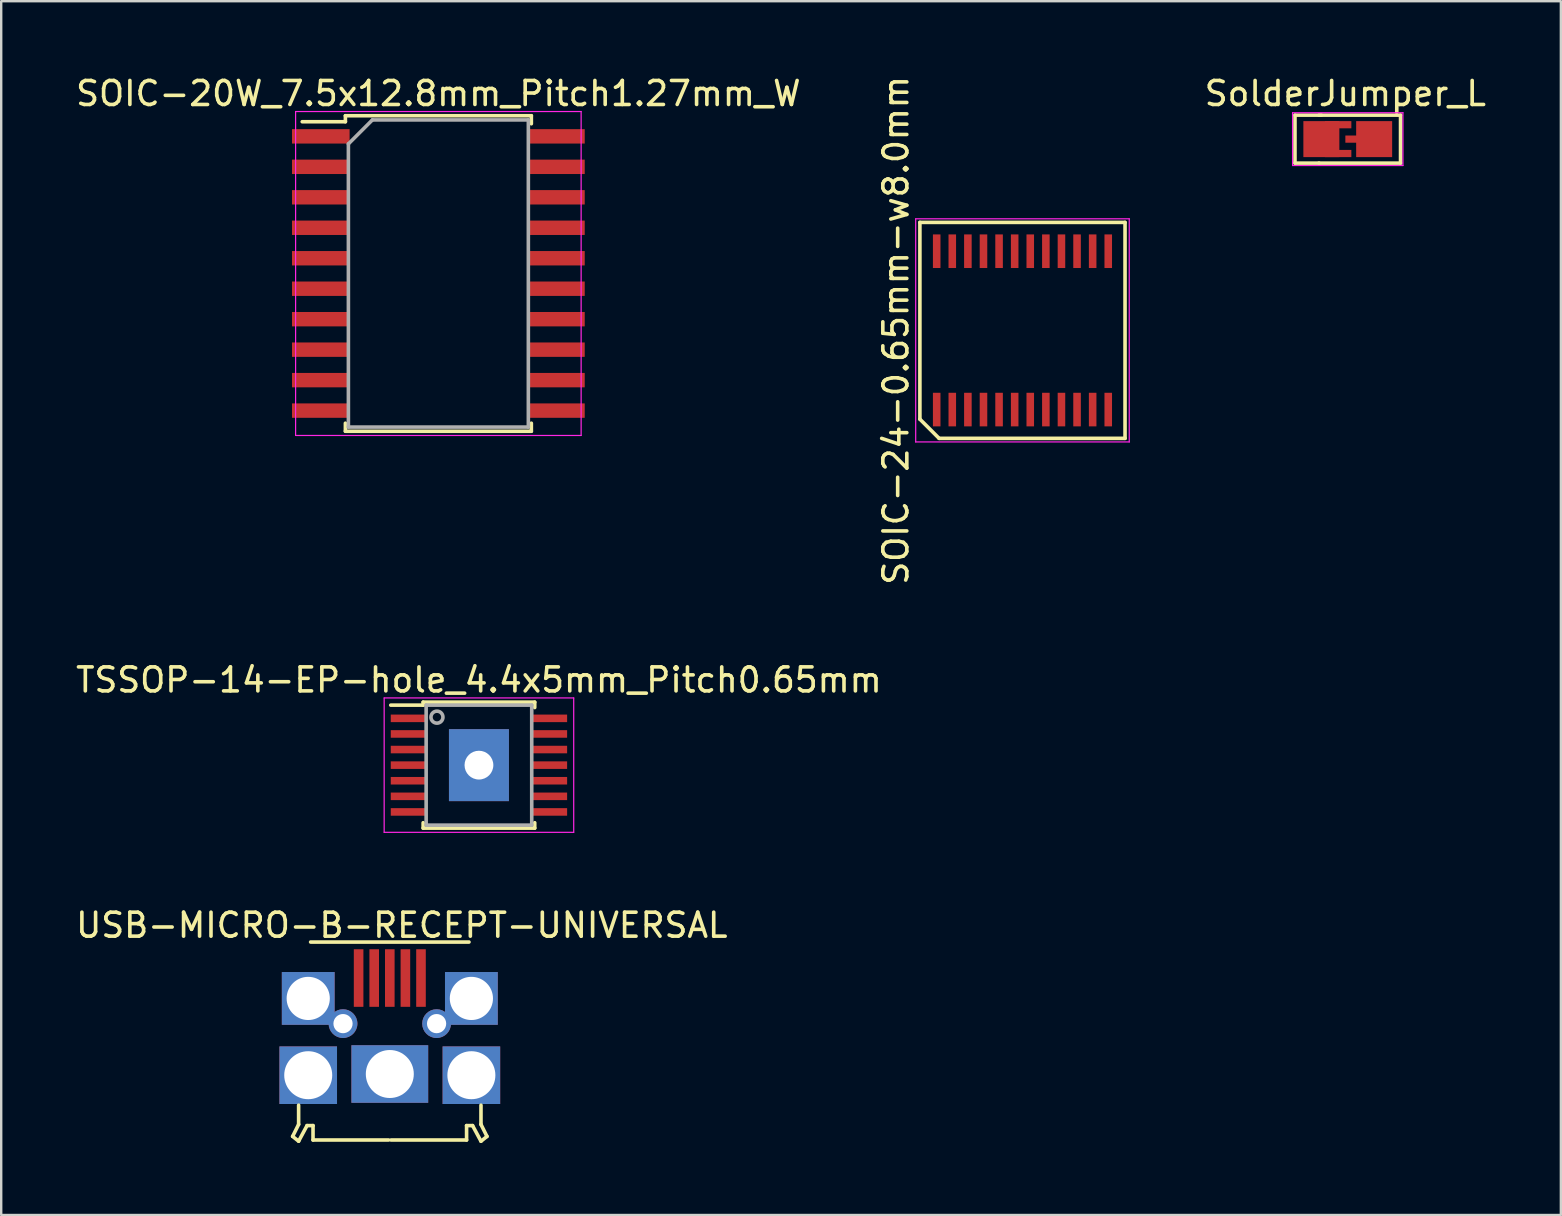
<source format=kicad_pcb>
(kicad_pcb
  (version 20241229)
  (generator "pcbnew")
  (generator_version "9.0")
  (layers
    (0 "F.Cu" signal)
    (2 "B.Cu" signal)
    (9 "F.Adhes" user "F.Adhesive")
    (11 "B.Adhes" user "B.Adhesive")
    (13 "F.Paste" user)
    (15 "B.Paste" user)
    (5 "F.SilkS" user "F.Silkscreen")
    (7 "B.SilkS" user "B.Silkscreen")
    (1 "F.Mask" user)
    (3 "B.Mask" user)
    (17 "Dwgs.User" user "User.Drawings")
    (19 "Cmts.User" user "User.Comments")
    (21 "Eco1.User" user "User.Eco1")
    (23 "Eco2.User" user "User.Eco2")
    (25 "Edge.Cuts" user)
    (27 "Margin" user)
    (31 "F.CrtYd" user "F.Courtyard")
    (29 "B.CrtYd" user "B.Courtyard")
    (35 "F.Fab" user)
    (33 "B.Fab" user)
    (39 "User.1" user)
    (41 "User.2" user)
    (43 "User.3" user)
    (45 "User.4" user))
  (footprint "SOIC-24-0.65mm-w8.0mm"
    (layer "F.Cu")
    (at 39.564 10.72)
    (property "Reference" "SOIC-24-0.65mm-w8.0mm" (at -5.275 0 90) (layer "F.SilkS") (effects (font (size 1 1) (thickness 0.15))))
    (attr smd)
    (fp_line (start -4.275 -4.5) (end 4.275 -4.5) (stroke (width 0.15) (type solid)) (layer "F.SilkS"))
    (fp_line (start -4.275 3.7) (end -4.275 -4.5) (stroke (width 0.15) (type solid)) (layer "F.SilkS"))
    (fp_line (start -3.475 4.5) (end -4.275 3.7) (stroke (width 0.15) (type solid)) (layer "F.SilkS"))
    (fp_line (start 4.275 -4.5) (end 4.275 4.5) (stroke (width 0.15) (type solid)) (layer "F.SilkS"))
    (fp_line (start 4.275 4.5) (end -3.475 4.5) (stroke (width 0.15) (type solid)) (layer "F.SilkS"))
    (fp_line (start -4.45 -4.65) (end 4.45 -4.65) (stroke (width 0.05) (type solid)) (layer "F.CrtYd"))
    (fp_line (start -4.45 4.65) (end -4.45 -4.65) (stroke (width 0.05) (type solid)) (layer "F.CrtYd"))
    (fp_line (start 4.45 -4.65) (end 4.45 4.65) (stroke (width 0.05) (type solid)) (layer "F.CrtYd"))
    (fp_line (start 4.45 4.65) (end -4.45 4.65) (stroke (width 0.05) (type solid)) (layer "F.CrtYd"))
    (pad "1" smd rect (at -3.575 3.3) (size 0.315 1.4) (layers "F.Cu" "F.Mask" "F.Paste"))
    (pad "2" smd rect (at -2.925 3.3) (size 0.315 1.4) (layers "F.Cu" "F.Mask" "F.Paste"))
    (pad "3" smd rect (at -2.275 3.3) (size 0.315 1.4) (layers "F.Cu" "F.Mask" "F.Paste"))
    (pad "4" smd rect (at -1.625 3.3) (size 0.315 1.4) (layers "F.Cu" "F.Mask" "F.Paste"))
    (pad "5" smd rect (at -0.975 3.3) (size 0.315 1.4) (layers "F.Cu" "F.Mask" "F.Paste"))
    (pad "6" smd rect (at -0.325 3.3) (size 0.315 1.4) (layers "F.Cu" "F.Mask" "F.Paste"))
    (pad "7" smd rect (at 0.325 3.3) (size 0.315 1.4) (layers "F.Cu" "F.Mask" "F.Paste"))
    (pad "8" smd rect (at 0.975 3.3) (size 0.315 1.4) (layers "F.Cu" "F.Mask" "F.Paste"))
    (pad "9" smd rect (at 1.625 3.3) (size 0.315 1.4) (layers "F.Cu" "F.Mask" "F.Paste"))
    (pad "10" smd rect (at 2.275 3.3) (size 0.315 1.4) (layers "F.Cu" "F.Mask" "F.Paste"))
    (pad "11" smd rect (at 2.925 3.3) (size 0.315 1.4) (layers "F.Cu" "F.Mask" "F.Paste"))
    (pad "12" smd rect (at 3.575 3.3) (size 0.315 1.4) (layers "F.Cu" "F.Mask" "F.Paste"))
    (pad "13" smd rect (at 3.575 -3.3) (size 0.315 1.4) (layers "F.Cu" "F.Mask" "F.Paste"))
    (pad "14" smd rect (at 2.925 -3.3) (size 0.315 1.4) (layers "F.Cu" "F.Mask" "F.Paste"))
    (pad "15" smd rect (at 2.275 -3.3) (size 0.315 1.4) (layers "F.Cu" "F.Mask" "F.Paste"))
    (pad "16" smd rect (at 1.625 -3.3) (size 0.315 1.4) (layers "F.Cu" "F.Mask" "F.Paste"))
    (pad "17" smd rect (at 0.975 -3.3) (size 0.315 1.4) (layers "F.Cu" "F.Mask" "F.Paste"))
    (pad "18" smd rect (at 0.325 -3.3) (size 0.315 1.4) (layers "F.Cu" "F.Mask" "F.Paste"))
    (pad "19" smd rect (at -0.325 -3.3) (size 0.315 1.4) (layers "F.Cu" "F.Mask" "F.Paste"))
    (pad "20" smd rect (at -0.975 -3.3) (size 0.315 1.4) (layers "F.Cu" "F.Mask" "F.Paste"))
    (pad "21" smd rect (at -1.625 -3.3) (size 0.315 1.4) (layers "F.Cu" "F.Mask" "F.Paste"))
    (pad "22" smd rect (at -2.275 -3.3) (size 0.315 1.4) (layers "F.Cu" "F.Mask" "F.Paste"))
    (pad "23" smd rect (at -2.925 -3.3) (size 0.315 1.4) (layers "F.Cu" "F.Mask" "F.Paste"))
    (pad "24" smd rect (at -3.575 -3.3) (size 0.315 1.4) (layers "F.Cu" "F.Mask" "F.Paste")))
  (footprint "SolderJumper_L"
    (layer "F.Cu")
    (at 53.021 2.748)
    (property "Reference" "SolderJumper_L" (at 0 -1.9 0) (layer "F.SilkS") (effects (font (size 1 1) (thickness 0.15))))
    (attr smd)
    (fp_line (start -2.1 -1) (end -1 -1) (stroke (width 0.15) (type solid)) (layer "F.SilkS"))
    (fp_line (start -2.1 1) (end -2.1 -1) (stroke (width 0.15) (type solid)) (layer "F.SilkS"))
    (fp_line (start -1.1 -1) (end 2.3 -1) (stroke (width 0.15) (type solid)) (layer "F.SilkS"))
    (fp_line (start -1.1 1) (end -2.1 1) (stroke (width 0.15) (type solid)) (layer "F.SilkS"))
    (fp_line (start 2.3 -1) (end 2.3 1) (stroke (width 0.15) (type solid)) (layer "F.SilkS"))
    (fp_line (start 2.3 1) (end -1.1 1) (stroke (width 0.15) (type solid)) (layer "F.SilkS"))
    (fp_line (start -2.2 -1.1) (end -2.2 1.1) (stroke (width 0.05) (type solid)) (layer "F.CrtYd"))
    (fp_line (start -2.2 -1.1) (end 2.4 -1.1) (stroke (width 0.05) (type solid)) (layer "F.CrtYd"))
    (fp_line (start -2.2 1.1) (end 2.4 1.1) (stroke (width 0.05) (type solid)) (layer "F.CrtYd"))
    (fp_line (start 2.4 -1.1) (end 2.4 1.1) (stroke (width 0.05) (type solid)) (layer "F.CrtYd"))
    (pad "1" smd rect (at -1 0) (size 1.5 1.5) (layers "F.Cu" "F.Mask" "F.Paste"))
    (pad "1" smd rect (at -0.3 -0.6) (size 1.1 0.3) (layers "F.Cu" "F.Mask" "F.Paste"))
    (pad "1" smd rect (at -0.3 0.6) (size 1.1 0.3) (layers "F.Cu" "F.Mask" "F.Paste"))
    (pad "2" smd rect (at 0.3 0) (size 0.6 0.3) (layers "F.Cu" "F.Mask" "F.Paste"))
    (pad "2" smd rect (at 1.2 0) (size 1.5 1.5) (layers "F.Cu" "F.Mask" "F.Paste")))
  (footprint "USB-MICRO-B-RECEPT-UNIVERSAL"
    (layer "F.Cu")
    (at 13.196 41.712)
    (property "Reference" "USB-MICRO-B-RECEPT-UNIVERSAL" (at 0.5 -6.2 0) (layer "F.SilkS") (effects (font (size 1 1) (thickness 0.15))))
    (attr through_hole)
    (fp_line (start -4.05 2.6) (end -3.8 2.8) (stroke (width 0.15) (type solid)) (layer "F.SilkS"))
    (fp_line (start -3.8 1.3) (end -3.8 2.1) (stroke (width 0.15) (type solid)) (layer "F.SilkS"))
    (fp_line (start -3.8 2.1) (end -4.05 2.6) (stroke (width 0.15) (type solid)) (layer "F.SilkS"))
    (fp_line (start -3.8 2.8) (end -3.45 2.15) (stroke (width 0.15) (type solid)) (layer "F.SilkS"))
    (fp_line (start -3.45 2.15) (end -3.2 2.15) (stroke (width 0.15) (type solid)) (layer "F.SilkS"))
    (fp_line (start -3.2 2.15) (end -3.2 2.75) (stroke (width 0.15) (type solid)) (layer "F.SilkS"))
    (fp_line (start -3.2 2.75) (end -0.05 2.75) (stroke (width 0.15) (type solid)) (layer "F.SilkS"))
    (fp_line (start 3.2 2.151) (end 3.2 2.751) (stroke (width 0.15) (type solid)) (layer "F.SilkS"))
    (fp_line (start 3.2 2.751) (end 0.05 2.751) (stroke (width 0.15) (type solid)) (layer "F.SilkS"))
    (fp_line (start 3.3 -5.5) (end -3.3 -5.5) (stroke (width 0.15) (type solid)) (layer "F.SilkS"))
    (fp_line (start 3.45 2.151) (end 3.2 2.151) (stroke (width 0.15) (type solid)) (layer "F.SilkS"))
    (fp_line (start 3.8 1.301) (end 3.8 2.101) (stroke (width 0.15) (type solid)) (layer "F.SilkS"))
    (fp_line (start 3.8 2.101) (end 4.05 2.601) (stroke (width 0.15) (type solid)) (layer "F.SilkS"))
    (fp_line (start 3.8 2.801) (end 3.45 2.151) (stroke (width 0.15) (type solid)) (layer "F.SilkS"))
    (fp_line (start 4.05 2.601) (end 3.8 2.801) (stroke (width 0.15) (type solid)) (layer "F.SilkS"))
    (pad "1" smd rect (at -1.3 -4) (size 0.4 2.4) (layers "F.Cu" "F.Mask" "F.Paste"))
    (pad "2" smd rect (at -0.65 -4) (size 0.4 2.4) (layers "F.Cu" "F.Mask" "F.Paste"))
    (pad "3" smd rect (at 0 -4) (size 0.4 2.4) (layers "F.Cu" "F.Mask" "F.Paste"))
    (pad "4" smd rect (at 0.65 -4) (size 0.4 2.4) (layers "F.Cu" "F.Mask" "F.Paste"))
    (pad "5" smd rect (at 1.3 -4) (size 0.4 2.4) (layers "F.Cu" "F.Mask" "F.Paste"))
    (pad "6" thru_hole rect (at -3.4 -3.15) (size 2.2 2.2) (drill 1.8) (layers "*.Cu" "*.Mask"))
    (pad "6" thru_hole rect (at -3.4 0.05) (size 2.4 2.4) (drill 2) (layers "*.Cu" "*.Mask"))
    (pad "6" thru_hole circle (at -1.95 -2.1) (size 1.2 1.2) (drill 0.8) (layers "*.Cu" "*.Mask"))
    (pad "6" thru_hole rect (at 0 0) (size 3.2 2.4) (drill 2) (layers "*.Cu" "*.Mask"))
    (pad "6" thru_hole circle (at 1.95 -2.1) (size 1.2 1.2) (drill 0.8) (layers "*.Cu" "*.Mask"))
    (pad "6" thru_hole rect (at 3.4 -3.15) (size 2.2 2.2) (drill 1.8) (layers "*.Cu" "*.Mask"))
    (pad "6" thru_hole rect (at 3.4 0.05) (size 2.4 2.4) (drill 2) (layers "*.Cu" "*.Mask")))
  (footprint "TSSOP-14-EP-hole_4.4x5mm_Pitch0.65mm"
    (layer "F.Cu")
    (at 16.911 28.839)
    (property "Reference" "TSSOP-14-EP-hole_4.4x5mm_Pitch0.65mm" (at 0 -3.55 0) (layer "F.SilkS") (effects (font (size 1 1) (thickness 0.15))))
    (attr smd)
    (fp_line (start -2.325 -2.625) (end -2.325 -2.5) (stroke (width 0.15) (type solid)) (layer "F.SilkS"))
    (fp_line (start -2.325 -2.625) (end 2.325 -2.625) (stroke (width 0.15) (type solid)) (layer "F.SilkS"))
    (fp_line (start -2.325 -2.5) (end -3.675 -2.5) (stroke (width 0.15) (type solid)) (layer "F.SilkS"))
    (fp_line (start -2.325 2.625) (end -2.325 2.4) (stroke (width 0.15) (type solid)) (layer "F.SilkS"))
    (fp_line (start -2.325 2.625) (end 2.325 2.625) (stroke (width 0.15) (type solid)) (layer "F.SilkS"))
    (fp_line (start 2.325 -2.625) (end 2.325 -2.4) (stroke (width 0.15) (type solid)) (layer "F.SilkS"))
    (fp_line (start 2.325 2.625) (end 2.325 2.4) (stroke (width 0.15) (type solid)) (layer "F.SilkS"))
    (fp_line (start -3.95 -2.8) (end -3.95 2.8) (stroke (width 0.05) (type solid)) (layer "F.CrtYd"))
    (fp_line (start -3.95 -2.8) (end 3.95 -2.8) (stroke (width 0.05) (type solid)) (layer "F.CrtYd"))
    (fp_line (start -3.95 2.8) (end 3.95 2.8) (stroke (width 0.05) (type solid)) (layer "F.CrtYd"))
    (fp_line (start 3.95 -2.8) (end 3.95 2.8) (stroke (width 0.05) (type solid)) (layer "F.CrtYd"))
    (fp_line (start -2.2 -2.5) (end 2.2 -2.5) (stroke (width 0.15) (type solid)) (layer "F.Fab"))
    (fp_line (start -2.2 2.5) (end -2.2 -2.5) (stroke (width 0.15) (type solid)) (layer "F.Fab"))
    (fp_line (start 2.2 -2.5) (end 2.2 2.5) (stroke (width 0.15) (type solid)) (layer "F.Fab"))
    (fp_line (start 2.2 2.5) (end -2.2 2.5) (stroke (width 0.15) (type solid)) (layer "F.Fab"))
    (fp_circle (center -1.75 -2) (end -2 -2) (stroke (width 0.15) (type solid)) (fill no) (layer "F.Fab"))
    (pad "1" smd rect (at -2.95 -1.95) (size 1.45 0.315) (layers "F.Cu" "F.Mask" "F.Paste"))
    (pad "2" smd rect (at -2.95 -1.3) (size 1.45 0.315) (layers "F.Cu" "F.Mask" "F.Paste"))
    (pad "3" smd rect (at -2.95 -0.65) (size 1.45 0.315) (layers "F.Cu" "F.Mask" "F.Paste"))
    (pad "4" smd rect (at -2.95 0) (size 1.45 0.315) (layers "F.Cu" "F.Mask" "F.Paste"))
    (pad "5" smd rect (at -2.95 0.65) (size 1.45 0.315) (layers "F.Cu" "F.Mask" "F.Paste"))
    (pad "6" smd rect (at -2.95 1.3) (size 1.45 0.315) (layers "F.Cu" "F.Mask" "F.Paste"))
    (pad "7" smd rect (at -2.95 1.95) (size 1.45 0.315) (layers "F.Cu" "F.Mask" "F.Paste"))
    (pad "8" smd rect (at 2.95 1.95) (size 1.45 0.315) (layers "F.Cu" "F.Mask" "F.Paste"))
    (pad "9" smd rect (at 2.95 1.3) (size 1.45 0.315) (layers "F.Cu" "F.Mask" "F.Paste"))
    (pad "10" smd rect (at 2.95 0.65) (size 1.45 0.315) (layers "F.Cu" "F.Mask" "F.Paste"))
    (pad "11" smd rect (at 2.95 0) (size 1.45 0.315) (layers "F.Cu" "F.Mask" "F.Paste"))
    (pad "12" smd rect (at 2.95 -0.65) (size 1.45 0.315) (layers "F.Cu" "F.Mask" "F.Paste"))
    (pad "13" smd rect (at 2.95 -1.3) (size 1.45 0.315) (layers "F.Cu" "F.Mask" "F.Paste"))
    (pad "14" smd rect (at 2.95 -1.95) (size 1.45 0.315) (layers "F.Cu" "F.Mask" "F.Paste"))
    (pad "15" thru_hole rect (at 0 0) (size 2.5 3) (drill 1.2) (layers "*.Cu" "*.Mask")))
  (footprint "SOIC-20W_7.5x12.8mm_Pitch1.27mm_W"
    (layer "F.Cu")
    (at 15.22 8.348)
    (property "Reference" "SOIC-20W_7.5x12.8mm_Pitch1.27mm_W" (at 0 -7.5 0) (layer "F.SilkS") (effects (font (size 1 1) (thickness 0.15))))
    (attr smd)
    (fp_line (start -3.875 -6.575) (end -3.875 -6.325) (stroke (width 0.15) (type solid)) (layer "F.SilkS"))
    (fp_line (start -3.875 -6.575) (end 3.875 -6.575) (stroke (width 0.15) (type solid)) (layer "F.SilkS"))
    (fp_line (start -3.875 -6.325) (end -5.675 -6.325) (stroke (width 0.15) (type solid)) (layer "F.SilkS"))
    (fp_line (start -3.875 6.575) (end -3.875 6.24) (stroke (width 0.15) (type solid)) (layer "F.SilkS"))
    (fp_line (start -3.875 6.575) (end 3.875 6.575) (stroke (width 0.15) (type solid)) (layer "F.SilkS"))
    (fp_line (start 3.875 -6.575) (end 3.875 -6.24) (stroke (width 0.15) (type solid)) (layer "F.SilkS"))
    (fp_line (start 3.875 6.575) (end 3.875 6.24) (stroke (width 0.15) (type solid)) (layer "F.SilkS"))
    (fp_line (start -5.95 -6.75) (end -5.95 6.75) (stroke (width 0.05) (type solid)) (layer "F.CrtYd"))
    (fp_line (start -5.95 -6.75) (end 5.95 -6.75) (stroke (width 0.05) (type solid)) (layer "F.CrtYd"))
    (fp_line (start -5.95 6.75) (end 5.95 6.75) (stroke (width 0.05) (type solid)) (layer "F.CrtYd"))
    (fp_line (start 5.95 -6.75) (end 5.95 6.75) (stroke (width 0.05) (type solid)) (layer "F.CrtYd"))
    (fp_line (start -3.75 -5.4) (end -2.75 -6.4) (stroke (width 0.15) (type solid)) (layer "F.Fab"))
    (fp_line (start -3.75 6.4) (end -3.75 -5.4) (stroke (width 0.15) (type solid)) (layer "F.Fab"))
    (fp_line (start -2.75 -6.4) (end 3.75 -6.4) (stroke (width 0.15) (type solid)) (layer "F.Fab"))
    (fp_line (start 3.75 -6.4) (end 3.75 6.4) (stroke (width 0.15) (type solid)) (layer "F.Fab"))
    (fp_line (start 3.75 6.4) (end -3.75 6.4) (stroke (width 0.15) (type solid)) (layer "F.Fab"))
    (pad "1" smd rect (at -4.9 -5.715) (size 2.4 0.6) (layers "F.Cu" "F.Mask" "F.Paste"))
    (pad "2" smd rect (at -4.9 -4.445) (size 2.4 0.6) (layers "F.Cu" "F.Mask" "F.Paste"))
    (pad "3" smd rect (at -4.9 -3.175) (size 2.4 0.6) (layers "F.Cu" "F.Mask" "F.Paste"))
    (pad "4" smd rect (at -4.9 -1.905) (size 2.4 0.6) (layers "F.Cu" "F.Mask" "F.Paste"))
    (pad "5" smd rect (at -4.9 -0.635) (size 2.4 0.6) (layers "F.Cu" "F.Mask" "F.Paste"))
    (pad "6" smd rect (at -4.9 0.635) (size 2.4 0.6) (layers "F.Cu" "F.Mask" "F.Paste"))
    (pad "7" smd rect (at -4.9 1.905) (size 2.4 0.6) (layers "F.Cu" "F.Mask" "F.Paste"))
    (pad "8" smd rect (at -4.9 3.175) (size 2.4 0.6) (layers "F.Cu" "F.Mask" "F.Paste"))
    (pad "9" smd rect (at -4.9 4.445) (size 2.4 0.6) (layers "F.Cu" "F.Mask" "F.Paste"))
    (pad "10" smd rect (at -4.9 5.715) (size 2.4 0.6) (layers "F.Cu" "F.Mask" "F.Paste"))
    (pad "11" smd rect (at 4.9 5.715) (size 2.4 0.6) (layers "F.Cu" "F.Mask" "F.Paste"))
    (pad "12" smd rect (at 4.9 4.445) (size 2.4 0.6) (layers "F.Cu" "F.Mask" "F.Paste"))
    (pad "13" smd rect (at 4.9 3.175) (size 2.4 0.6) (layers "F.Cu" "F.Mask" "F.Paste"))
    (pad "14" smd rect (at 4.9 1.905) (size 2.4 0.6) (layers "F.Cu" "F.Mask" "F.Paste"))
    (pad "15" smd rect (at 4.9 0.635) (size 2.4 0.6) (layers "F.Cu" "F.Mask" "F.Paste"))
    (pad "16" smd rect (at 4.9 -0.635) (size 2.4 0.6) (layers "F.Cu" "F.Mask" "F.Paste"))
    (pad "17" smd rect (at 4.9 -1.905) (size 2.4 0.6) (layers "F.Cu" "F.Mask" "F.Paste"))
    (pad "18" smd rect (at 4.9 -3.175) (size 2.4 0.6) (layers "F.Cu" "F.Mask" "F.Paste"))
    (pad "19" smd rect (at 4.9 -4.445) (size 2.4 0.6) (layers "F.Cu" "F.Mask" "F.Paste"))
    (pad "20" smd rect (at 4.9 -5.715) (size 2.4 0.6) (layers "F.Cu" "F.Mask" "F.Paste")))
  (gr_rect
    (start -3 -3)
    (end 62.003 47.588)
    (stroke (width 0.1) (type default))
    (fill no)
    (layer "Edge.Cuts")))
</source>
